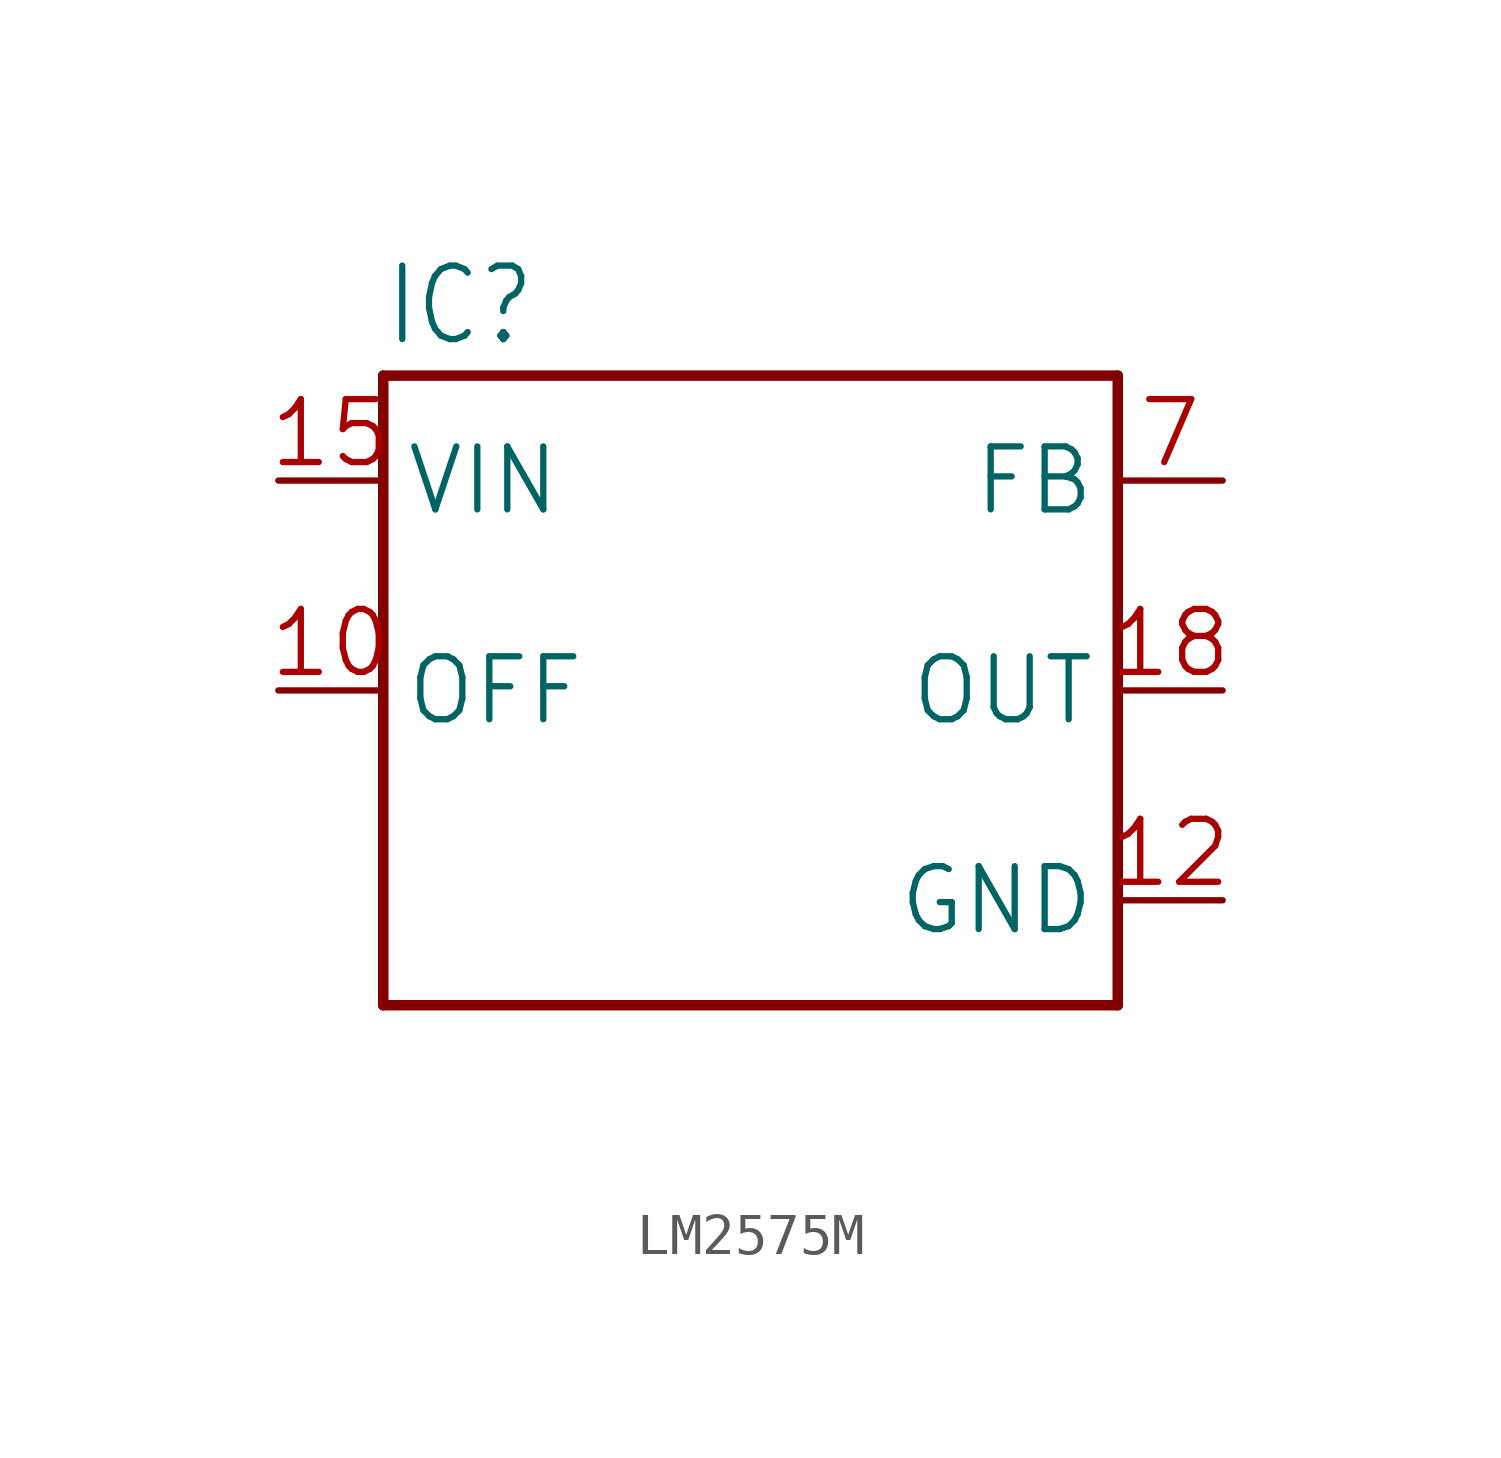
<source format=kicad_sym>
(kicad_symbol_lib
  (version 20241209)
  (generator "kicad_symbol_editor")
  (generator_version "9.0")
  (symbol "LM2575M"
    (property "Reference" "IC"
      (at -7.62 8.28 0)
      (effects (font (size 1.778 1.511)) (justify left bottom)))
    (property "Value" ""
      (at -7.62 -10.16 0)
      (effects (font (size 1.778 1.511)) (justify left bottom)))
    (property "ki_locked" ""
      (at 0 0 0)
      (effects (font (size 1.27 1.27))))
    (symbol "LM2575M_1_0"
      (polyline (pts (xy -7.62 7.62) (xy -7.62 -7.62)) (stroke (width 0.254) (type solid)) (fill (type none)))
      (polyline (pts (xy -7.62 -7.62) (xy 10.16 -7.62)) (stroke (width 0.254) (type solid)) (fill (type none)))
      (polyline (pts (xy 10.16 7.62) (xy -7.62 7.62)) (stroke (width 0.254) (type solid)) (fill (type none)))
      (polyline (pts (xy 10.16 -7.62) (xy 10.16 7.62)) (stroke (width 0.254) (type solid)) (fill (type none)))
      (pin power_in line (at -10.16 5.08 0) (length 2.54) (name "VIN" (effects (font (size 1.524 1.524)))) (number "15" (effects (font (size 1.524 1.524)))))
      (pin input line (at -10.16 0 0) (length 2.54) (name "OFF" (effects (font (size 1.524 1.524)))) (number "10" (effects (font (size 1.524 1.524)))))
      (pin input line (at 12.7 5.08 180) (length 2.54) (name "FB" (effects (font (size 1.524 1.524)))) (number "7" (effects (font (size 1.524 1.524)))))
      (pin output line (at 12.7 0 180) (length 2.54) (name "OUT" (effects (font (size 1.524 1.524)))) (number "18" (effects (font (size 1.524 1.524)))))
      (pin power_in line (at 12.7 -5.08 180) (length 2.54) (name "GND" (effects (font (size 1.524 1.524)))) (number "12" (effects (font (size 1.524 1.524))))))))
</source>
